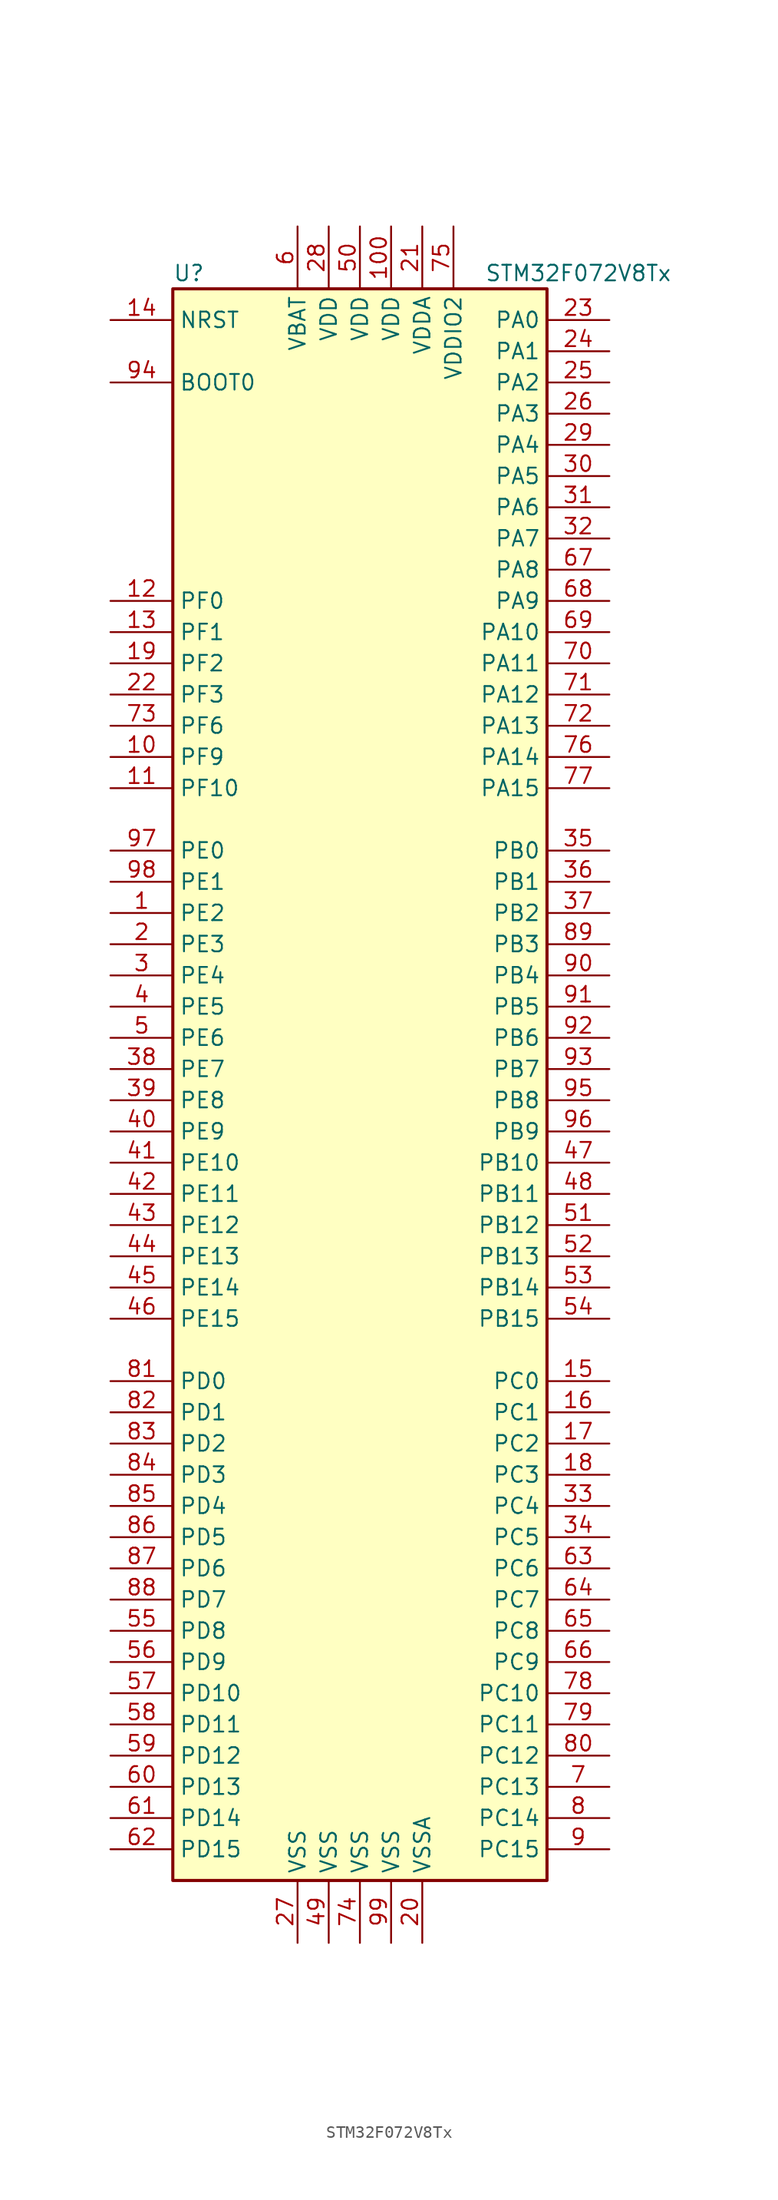
<source format=kicad_sym>
(kicad_symbol_lib
  (version 20201005)
  (generator kicad_symbol_editor)
  (symbol "STM32F072V8Tx"
    (property "Reference" "U"
      (at -15.24 64.77 0)
      (effects (font (size 1.27 1.27)) (justify left)))
    (property "Value" "STM32F072V8Tx"
      (at 10.16 64.77 0)
      (effects (font (size 1.27 1.27)) (justify left)))
    (symbol "STM32F072V8Tx_0_1"
      (rectangle (start -15.24 -66.04) (end 15.24 63.5) (stroke (width 0.254)) (fill (type background))))
    (symbol "STM32F072V8Tx_1_1"
      (pin bidirectional line (at -20.32 12.7 0) (length 5.08) (name "PE2" (effects (font (size 1.27 1.27)))) (number "1" (effects (font (size 1.27 1.27)))))
      (pin bidirectional line (at -20.32 25.4 0) (length 5.08) (name "PF9" (effects (font (size 1.27 1.27)))) (number "10" (effects (font (size 1.27 1.27)))))
      (pin power_in line (at 2.54 68.58 270) (length 5.08) (name "VDD" (effects (font (size 1.27 1.27)))) (number "100" (effects (font (size 1.27 1.27)))))
      (pin bidirectional line (at -20.32 22.86 0) (length 5.08) (name "PF10" (effects (font (size 1.27 1.27)))) (number "11" (effects (font (size 1.27 1.27)))))
      (pin input line (at -20.32 38.1 0) (length 5.08) (name "PF0" (effects (font (size 1.27 1.27)))) (number "12" (effects (font (size 1.27 1.27)))))
      (pin input line (at -20.32 35.56 0) (length 5.08) (name "PF1" (effects (font (size 1.27 1.27)))) (number "13" (effects (font (size 1.27 1.27)))))
      (pin input line (at -20.32 60.96 0) (length 5.08) (name "NRST" (effects (font (size 1.27 1.27)))) (number "14" (effects (font (size 1.27 1.27)))))
      (pin bidirectional line (at 20.32 -25.4 180) (length 5.08) (name "PC0" (effects (font (size 1.27 1.27)))) (number "15" (effects (font (size 1.27 1.27)))))
      (pin bidirectional line (at 20.32 -27.94 180) (length 5.08) (name "PC1" (effects (font (size 1.27 1.27)))) (number "16" (effects (font (size 1.27 1.27)))))
      (pin bidirectional line (at 20.32 -30.48 180) (length 5.08) (name "PC2" (effects (font (size 1.27 1.27)))) (number "17" (effects (font (size 1.27 1.27)))))
      (pin bidirectional line (at 20.32 -33.02 180) (length 5.08) (name "PC3" (effects (font (size 1.27 1.27)))) (number "18" (effects (font (size 1.27 1.27)))))
      (pin bidirectional line (at -20.32 33.02 0) (length 5.08) (name "PF2" (effects (font (size 1.27 1.27)))) (number "19" (effects (font (size 1.27 1.27)))))
      (pin bidirectional line (at -20.32 10.16 0) (length 5.08) (name "PE3" (effects (font (size 1.27 1.27)))) (number "2" (effects (font (size 1.27 1.27)))))
      (pin power_in line (at 5.08 -71.12 90) (length 5.08) (name "VSSA" (effects (font (size 1.27 1.27)))) (number "20" (effects (font (size 1.27 1.27)))))
      (pin power_in line (at 5.08 68.58 270) (length 5.08) (name "VDDA" (effects (font (size 1.27 1.27)))) (number "21" (effects (font (size 1.27 1.27)))))
      (pin bidirectional line (at -20.32 30.48 0) (length 5.08) (name "PF3" (effects (font (size 1.27 1.27)))) (number "22" (effects (font (size 1.27 1.27)))))
      (pin bidirectional line (at 20.32 60.96 180) (length 5.08) (name "PA0" (effects (font (size 1.27 1.27)))) (number "23" (effects (font (size 1.27 1.27)))))
      (pin bidirectional line (at 20.32 58.42 180) (length 5.08) (name "PA1" (effects (font (size 1.27 1.27)))) (number "24" (effects (font (size 1.27 1.27)))))
      (pin bidirectional line (at 20.32 55.88 180) (length 5.08) (name "PA2" (effects (font (size 1.27 1.27)))) (number "25" (effects (font (size 1.27 1.27)))))
      (pin bidirectional line (at 20.32 53.34 180) (length 5.08) (name "PA3" (effects (font (size 1.27 1.27)))) (number "26" (effects (font (size 1.27 1.27)))))
      (pin power_in line (at -5.08 -71.12 90) (length 5.08) (name "VSS" (effects (font (size 1.27 1.27)))) (number "27" (effects (font (size 1.27 1.27)))))
      (pin power_in line (at -2.54 68.58 270) (length 5.08) (name "VDD" (effects (font (size 1.27 1.27)))) (number "28" (effects (font (size 1.27 1.27)))))
      (pin bidirectional line (at 20.32 50.8 180) (length 5.08) (name "PA4" (effects (font (size 1.27 1.27)))) (number "29" (effects (font (size 1.27 1.27)))))
      (pin bidirectional line (at -20.32 7.62 0) (length 5.08) (name "PE4" (effects (font (size 1.27 1.27)))) (number "3" (effects (font (size 1.27 1.27)))))
      (pin bidirectional line (at 20.32 48.26 180) (length 5.08) (name "PA5" (effects (font (size 1.27 1.27)))) (number "30" (effects (font (size 1.27 1.27)))))
      (pin bidirectional line (at 20.32 45.72 180) (length 5.08) (name "PA6" (effects (font (size 1.27 1.27)))) (number "31" (effects (font (size 1.27 1.27)))))
      (pin bidirectional line (at 20.32 43.18 180) (length 5.08) (name "PA7" (effects (font (size 1.27 1.27)))) (number "32" (effects (font (size 1.27 1.27)))))
      (pin bidirectional line (at 20.32 -35.56 180) (length 5.08) (name "PC4" (effects (font (size 1.27 1.27)))) (number "33" (effects (font (size 1.27 1.27)))))
      (pin bidirectional line (at 20.32 -38.1 180) (length 5.08) (name "PC5" (effects (font (size 1.27 1.27)))) (number "34" (effects (font (size 1.27 1.27)))))
      (pin bidirectional line (at 20.32 17.78 180) (length 5.08) (name "PB0" (effects (font (size 1.27 1.27)))) (number "35" (effects (font (size 1.27 1.27)))))
      (pin bidirectional line (at 20.32 15.24 180) (length 5.08) (name "PB1" (effects (font (size 1.27 1.27)))) (number "36" (effects (font (size 1.27 1.27)))))
      (pin bidirectional line (at 20.32 12.7 180) (length 5.08) (name "PB2" (effects (font (size 1.27 1.27)))) (number "37" (effects (font (size 1.27 1.27)))))
      (pin bidirectional line (at -20.32 0 0) (length 5.08) (name "PE7" (effects (font (size 1.27 1.27)))) (number "38" (effects (font (size 1.27 1.27)))))
      (pin bidirectional line (at -20.32 -2.54 0) (length 5.08) (name "PE8" (effects (font (size 1.27 1.27)))) (number "39" (effects (font (size 1.27 1.27)))))
      (pin bidirectional line (at -20.32 5.08 0) (length 5.08) (name "PE5" (effects (font (size 1.27 1.27)))) (number "4" (effects (font (size 1.27 1.27)))))
      (pin bidirectional line (at -20.32 -5.08 0) (length 5.08) (name "PE9" (effects (font (size 1.27 1.27)))) (number "40" (effects (font (size 1.27 1.27)))))
      (pin bidirectional line (at -20.32 -7.62 0) (length 5.08) (name "PE10" (effects (font (size 1.27 1.27)))) (number "41" (effects (font (size 1.27 1.27)))))
      (pin bidirectional line (at -20.32 -10.16 0) (length 5.08) (name "PE11" (effects (font (size 1.27 1.27)))) (number "42" (effects (font (size 1.27 1.27)))))
      (pin bidirectional line (at -20.32 -12.7 0) (length 5.08) (name "PE12" (effects (font (size 1.27 1.27)))) (number "43" (effects (font (size 1.27 1.27)))))
      (pin bidirectional line (at -20.32 -15.24 0) (length 5.08) (name "PE13" (effects (font (size 1.27 1.27)))) (number "44" (effects (font (size 1.27 1.27)))))
      (pin bidirectional line (at -20.32 -17.78 0) (length 5.08) (name "PE14" (effects (font (size 1.27 1.27)))) (number "45" (effects (font (size 1.27 1.27)))))
      (pin bidirectional line (at -20.32 -20.32 0) (length 5.08) (name "PE15" (effects (font (size 1.27 1.27)))) (number "46" (effects (font (size 1.27 1.27)))))
      (pin bidirectional line (at 20.32 -7.62 180) (length 5.08) (name "PB10" (effects (font (size 1.27 1.27)))) (number "47" (effects (font (size 1.27 1.27)))))
      (pin bidirectional line (at 20.32 -10.16 180) (length 5.08) (name "PB11" (effects (font (size 1.27 1.27)))) (number "48" (effects (font (size 1.27 1.27)))))
      (pin power_in line (at -2.54 -71.12 90) (length 5.08) (name "VSS" (effects (font (size 1.27 1.27)))) (number "49" (effects (font (size 1.27 1.27)))))
      (pin bidirectional line (at -20.32 2.54 0) (length 5.08) (name "PE6" (effects (font (size 1.27 1.27)))) (number "5" (effects (font (size 1.27 1.27)))))
      (pin power_in line (at 0 68.58 270) (length 5.08) (name "VDD" (effects (font (size 1.27 1.27)))) (number "50" (effects (font (size 1.27 1.27)))))
      (pin bidirectional line (at 20.32 -12.7 180) (length 5.08) (name "PB12" (effects (font (size 1.27 1.27)))) (number "51" (effects (font (size 1.27 1.27)))))
      (pin bidirectional line (at 20.32 -15.24 180) (length 5.08) (name "PB13" (effects (font (size 1.27 1.27)))) (number "52" (effects (font (size 1.27 1.27)))))
      (pin bidirectional line (at 20.32 -17.78 180) (length 5.08) (name "PB14" (effects (font (size 1.27 1.27)))) (number "53" (effects (font (size 1.27 1.27)))))
      (pin bidirectional line (at 20.32 -20.32 180) (length 5.08) (name "PB15" (effects (font (size 1.27 1.27)))) (number "54" (effects (font (size 1.27 1.27)))))
      (pin bidirectional line (at -20.32 -45.72 0) (length 5.08) (name "PD8" (effects (font (size 1.27 1.27)))) (number "55" (effects (font (size 1.27 1.27)))))
      (pin bidirectional line (at -20.32 -48.26 0) (length 5.08) (name "PD9" (effects (font (size 1.27 1.27)))) (number "56" (effects (font (size 1.27 1.27)))))
      (pin bidirectional line (at -20.32 -50.8 0) (length 5.08) (name "PD10" (effects (font (size 1.27 1.27)))) (number "57" (effects (font (size 1.27 1.27)))))
      (pin bidirectional line (at -20.32 -53.34 0) (length 5.08) (name "PD11" (effects (font (size 1.27 1.27)))) (number "58" (effects (font (size 1.27 1.27)))))
      (pin bidirectional line (at -20.32 -55.88 0) (length 5.08) (name "PD12" (effects (font (size 1.27 1.27)))) (number "59" (effects (font (size 1.27 1.27)))))
      (pin power_in line (at -5.08 68.58 270) (length 5.08) (name "VBAT" (effects (font (size 1.27 1.27)))) (number "6" (effects (font (size 1.27 1.27)))))
      (pin bidirectional line (at -20.32 -58.42 0) (length 5.08) (name "PD13" (effects (font (size 1.27 1.27)))) (number "60" (effects (font (size 1.27 1.27)))))
      (pin bidirectional line (at -20.32 -60.96 0) (length 5.08) (name "PD14" (effects (font (size 1.27 1.27)))) (number "61" (effects (font (size 1.27 1.27)))))
      (pin bidirectional line (at -20.32 -63.5 0) (length 5.08) (name "PD15" (effects (font (size 1.27 1.27)))) (number "62" (effects (font (size 1.27 1.27)))))
      (pin bidirectional line (at 20.32 -40.64 180) (length 5.08) (name "PC6" (effects (font (size 1.27 1.27)))) (number "63" (effects (font (size 1.27 1.27)))))
      (pin bidirectional line (at 20.32 -43.18 180) (length 5.08) (name "PC7" (effects (font (size 1.27 1.27)))) (number "64" (effects (font (size 1.27 1.27)))))
      (pin bidirectional line (at 20.32 -45.72 180) (length 5.08) (name "PC8" (effects (font (size 1.27 1.27)))) (number "65" (effects (font (size 1.27 1.27)))))
      (pin bidirectional line (at 20.32 -48.26 180) (length 5.08) (name "PC9" (effects (font (size 1.27 1.27)))) (number "66" (effects (font (size 1.27 1.27)))))
      (pin bidirectional line (at 20.32 40.64 180) (length 5.08) (name "PA8" (effects (font (size 1.27 1.27)))) (number "67" (effects (font (size 1.27 1.27)))))
      (pin bidirectional line (at 20.32 38.1 180) (length 5.08) (name "PA9" (effects (font (size 1.27 1.27)))) (number "68" (effects (font (size 1.27 1.27)))))
      (pin bidirectional line (at 20.32 35.56 180) (length 5.08) (name "PA10" (effects (font (size 1.27 1.27)))) (number "69" (effects (font (size 1.27 1.27)))))
      (pin bidirectional line (at 20.32 -58.42 180) (length 5.08) (name "PC13" (effects (font (size 1.27 1.27)))) (number "7" (effects (font (size 1.27 1.27)))))
      (pin bidirectional line (at 20.32 33.02 180) (length 5.08) (name "PA11" (effects (font (size 1.27 1.27)))) (number "70" (effects (font (size 1.27 1.27)))))
      (pin bidirectional line (at 20.32 30.48 180) (length 5.08) (name "PA12" (effects (font (size 1.27 1.27)))) (number "71" (effects (font (size 1.27 1.27)))))
      (pin bidirectional line (at 20.32 27.94 180) (length 5.08) (name "PA13" (effects (font (size 1.27 1.27)))) (number "72" (effects (font (size 1.27 1.27)))))
      (pin bidirectional line (at -20.32 27.94 0) (length 5.08) (name "PF6" (effects (font (size 1.27 1.27)))) (number "73" (effects (font (size 1.27 1.27)))))
      (pin power_in line (at 0 -71.12 90) (length 5.08) (name "VSS" (effects (font (size 1.27 1.27)))) (number "74" (effects (font (size 1.27 1.27)))))
      (pin power_in line (at 7.62 68.58 270) (length 5.08) (name "VDDIO2" (effects (font (size 1.27 1.27)))) (number "75" (effects (font (size 1.27 1.27)))))
      (pin bidirectional line (at 20.32 25.4 180) (length 5.08) (name "PA14" (effects (font (size 1.27 1.27)))) (number "76" (effects (font (size 1.27 1.27)))))
      (pin bidirectional line (at 20.32 22.86 180) (length 5.08) (name "PA15" (effects (font (size 1.27 1.27)))) (number "77" (effects (font (size 1.27 1.27)))))
      (pin bidirectional line (at 20.32 -50.8 180) (length 5.08) (name "PC10" (effects (font (size 1.27 1.27)))) (number "78" (effects (font (size 1.27 1.27)))))
      (pin bidirectional line (at 20.32 -53.34 180) (length 5.08) (name "PC11" (effects (font (size 1.27 1.27)))) (number "79" (effects (font (size 1.27 1.27)))))
      (pin bidirectional line (at 20.32 -60.96 180) (length 5.08) (name "PC14" (effects (font (size 1.27 1.27)))) (number "8" (effects (font (size 1.27 1.27)))))
      (pin bidirectional line (at 20.32 -55.88 180) (length 5.08) (name "PC12" (effects (font (size 1.27 1.27)))) (number "80" (effects (font (size 1.27 1.27)))))
      (pin bidirectional line (at -20.32 -25.4 0) (length 5.08) (name "PD0" (effects (font (size 1.27 1.27)))) (number "81" (effects (font (size 1.27 1.27)))))
      (pin bidirectional line (at -20.32 -27.94 0) (length 5.08) (name "PD1" (effects (font (size 1.27 1.27)))) (number "82" (effects (font (size 1.27 1.27)))))
      (pin bidirectional line (at -20.32 -30.48 0) (length 5.08) (name "PD2" (effects (font (size 1.27 1.27)))) (number "83" (effects (font (size 1.27 1.27)))))
      (pin bidirectional line (at -20.32 -33.02 0) (length 5.08) (name "PD3" (effects (font (size 1.27 1.27)))) (number "84" (effects (font (size 1.27 1.27)))))
      (pin bidirectional line (at -20.32 -35.56 0) (length 5.08) (name "PD4" (effects (font (size 1.27 1.27)))) (number "85" (effects (font (size 1.27 1.27)))))
      (pin bidirectional line (at -20.32 -38.1 0) (length 5.08) (name "PD5" (effects (font (size 1.27 1.27)))) (number "86" (effects (font (size 1.27 1.27)))))
      (pin bidirectional line (at -20.32 -40.64 0) (length 5.08) (name "PD6" (effects (font (size 1.27 1.27)))) (number "87" (effects (font (size 1.27 1.27)))))
      (pin bidirectional line (at -20.32 -43.18 0) (length 5.08) (name "PD7" (effects (font (size 1.27 1.27)))) (number "88" (effects (font (size 1.27 1.27)))))
      (pin bidirectional line (at 20.32 10.16 180) (length 5.08) (name "PB3" (effects (font (size 1.27 1.27)))) (number "89" (effects (font (size 1.27 1.27)))))
      (pin bidirectional line (at 20.32 -63.5 180) (length 5.08) (name "PC15" (effects (font (size 1.27 1.27)))) (number "9" (effects (font (size 1.27 1.27)))))
      (pin bidirectional line (at 20.32 7.62 180) (length 5.08) (name "PB4" (effects (font (size 1.27 1.27)))) (number "90" (effects (font (size 1.27 1.27)))))
      (pin bidirectional line (at 20.32 5.08 180) (length 5.08) (name "PB5" (effects (font (size 1.27 1.27)))) (number "91" (effects (font (size 1.27 1.27)))))
      (pin bidirectional line (at 20.32 2.54 180) (length 5.08) (name "PB6" (effects (font (size 1.27 1.27)))) (number "92" (effects (font (size 1.27 1.27)))))
      (pin bidirectional line (at 20.32 0 180) (length 5.08) (name "PB7" (effects (font (size 1.27 1.27)))) (number "93" (effects (font (size 1.27 1.27)))))
      (pin input line (at -20.32 55.88 0) (length 5.08) (name "BOOT0" (effects (font (size 1.27 1.27)))) (number "94" (effects (font (size 1.27 1.27)))))
      (pin bidirectional line (at 20.32 -2.54 180) (length 5.08) (name "PB8" (effects (font (size 1.27 1.27)))) (number "95" (effects (font (size 1.27 1.27)))))
      (pin bidirectional line (at 20.32 -5.08 180) (length 5.08) (name "PB9" (effects (font (size 1.27 1.27)))) (number "96" (effects (font (size 1.27 1.27)))))
      (pin bidirectional line (at -20.32 17.78 0) (length 5.08) (name "PE0" (effects (font (size 1.27 1.27)))) (number "97" (effects (font (size 1.27 1.27)))))
      (pin bidirectional line (at -20.32 15.24 0) (length 5.08) (name "PE1" (effects (font (size 1.27 1.27)))) (number "98" (effects (font (size 1.27 1.27)))))
      (pin power_in line (at 2.54 -71.12 90) (length 5.08) (name "VSS" (effects (font (size 1.27 1.27)))) (number "99" (effects (font (size 1.27 1.27))))))))
</source>
